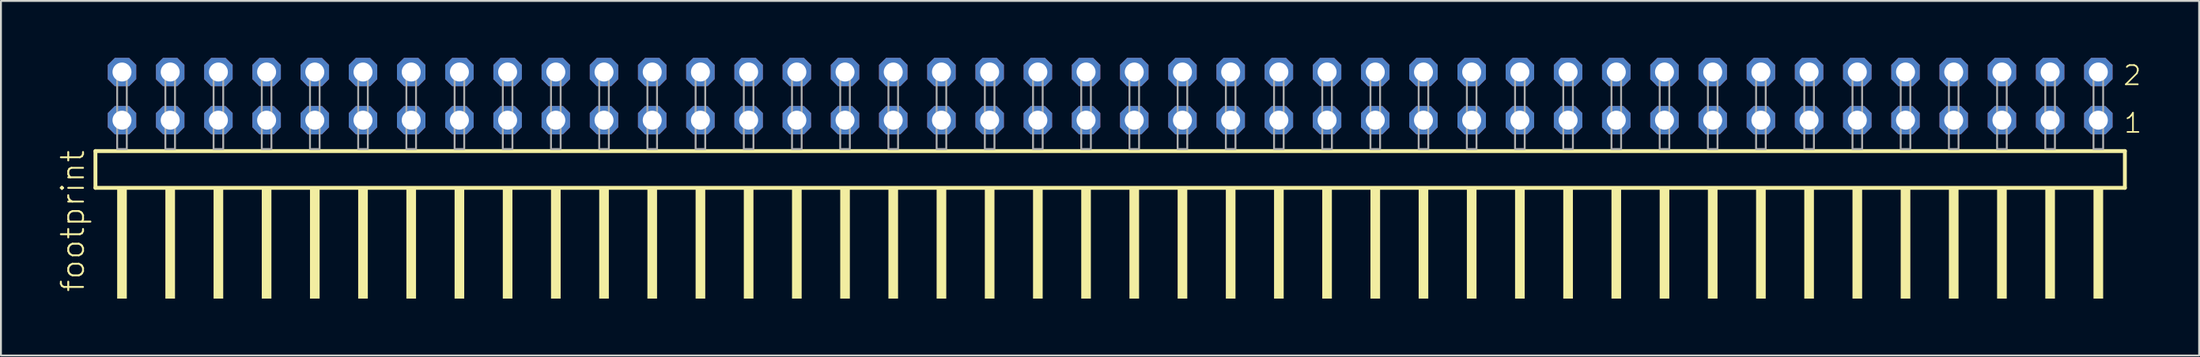
<source format=kicad_pcb>
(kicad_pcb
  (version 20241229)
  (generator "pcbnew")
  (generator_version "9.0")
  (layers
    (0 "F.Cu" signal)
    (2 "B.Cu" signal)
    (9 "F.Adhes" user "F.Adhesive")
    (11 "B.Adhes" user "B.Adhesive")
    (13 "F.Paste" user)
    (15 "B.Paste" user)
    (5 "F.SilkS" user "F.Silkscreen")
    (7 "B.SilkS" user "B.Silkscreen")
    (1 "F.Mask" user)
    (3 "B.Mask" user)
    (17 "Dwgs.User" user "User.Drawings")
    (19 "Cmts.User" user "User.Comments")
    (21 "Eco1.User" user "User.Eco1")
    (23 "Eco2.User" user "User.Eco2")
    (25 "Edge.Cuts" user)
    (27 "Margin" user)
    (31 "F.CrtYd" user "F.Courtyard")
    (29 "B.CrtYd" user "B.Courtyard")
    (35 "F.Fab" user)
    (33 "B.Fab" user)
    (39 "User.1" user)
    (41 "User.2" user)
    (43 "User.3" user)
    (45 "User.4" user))
  (footprint "footprint"
    (layer "F.Cu")
    (at 55.448 4.814)
    (property "Reference" "footprint" (at -53.975 7.62 90) (layer "F.SilkS") (effects (font (size 1.168 1.168) (thickness 0.102)) (justify left bottom)))
    (fp_line (start -53.469 0.106) (end -53.469 2.046) (stroke (width 0.203) (type solid)) (layer "F.SilkS"))
    (fp_line (start -53.469 2.046) (end 53.469 2.046) (stroke (width 0.203) (type solid)) (layer "F.SilkS"))
    (fp_line (start 53.469 0.106) (end -53.469 0.106) (stroke (width 0.203) (type solid)) (layer "F.SilkS"))
    (fp_line (start 53.469 2.046) (end 53.469 0.106) (stroke (width 0.203) (type solid)) (layer "F.SilkS"))
    (fp_poly (pts (xy -52.324 7.89) (xy -51.816 7.89) (xy -51.816 2.04) (xy -52.324 2.04)) (stroke (width 0) (type solid)) (fill yes) (layer "F.SilkS"))
    (fp_poly (pts (xy -49.784 7.89) (xy -49.276 7.89) (xy -49.276 2.04) (xy -49.784 2.04)) (stroke (width 0) (type solid)) (fill yes) (layer "F.SilkS"))
    (fp_poly (pts (xy -47.244 7.89) (xy -46.736 7.89) (xy -46.736 2.04) (xy -47.244 2.04)) (stroke (width 0) (type solid)) (fill yes) (layer "F.SilkS"))
    (fp_poly (pts (xy -44.704 7.89) (xy -44.196 7.89) (xy -44.196 2.04) (xy -44.704 2.04)) (stroke (width 0) (type solid)) (fill yes) (layer "F.SilkS"))
    (fp_poly (pts (xy -42.164 7.89) (xy -41.656 7.89) (xy -41.656 2.04) (xy -42.164 2.04)) (stroke (width 0) (type solid)) (fill yes) (layer "F.SilkS"))
    (fp_poly (pts (xy -39.624 7.89) (xy -39.116 7.89) (xy -39.116 2.04) (xy -39.624 2.04)) (stroke (width 0) (type solid)) (fill yes) (layer "F.SilkS"))
    (fp_poly (pts (xy -37.084 7.89) (xy -36.576 7.89) (xy -36.576 2.04) (xy -37.084 2.04)) (stroke (width 0) (type solid)) (fill yes) (layer "F.SilkS"))
    (fp_poly (pts (xy -34.544 7.89) (xy -34.036 7.89) (xy -34.036 2.04) (xy -34.544 2.04)) (stroke (width 0) (type solid)) (fill yes) (layer "F.SilkS"))
    (fp_poly (pts (xy -32.004 7.89) (xy -31.496 7.89) (xy -31.496 2.04) (xy -32.004 2.04)) (stroke (width 0) (type solid)) (fill yes) (layer "F.SilkS"))
    (fp_poly (pts (xy -29.464 7.89) (xy -28.956 7.89) (xy -28.956 2.04) (xy -29.464 2.04)) (stroke (width 0) (type solid)) (fill yes) (layer "F.SilkS"))
    (fp_poly (pts (xy -26.924 7.89) (xy -26.416 7.89) (xy -26.416 2.04) (xy -26.924 2.04)) (stroke (width 0) (type solid)) (fill yes) (layer "F.SilkS"))
    (fp_poly (pts (xy -24.384 7.89) (xy -23.876 7.89) (xy -23.876 2.04) (xy -24.384 2.04)) (stroke (width 0) (type solid)) (fill yes) (layer "F.SilkS"))
    (fp_poly (pts (xy -21.844 7.89) (xy -21.336 7.89) (xy -21.336 2.04) (xy -21.844 2.04)) (stroke (width 0) (type solid)) (fill yes) (layer "F.SilkS"))
    (fp_poly (pts (xy -19.304 7.89) (xy -18.796 7.89) (xy -18.796 2.04) (xy -19.304 2.04)) (stroke (width 0) (type solid)) (fill yes) (layer "F.SilkS"))
    (fp_poly (pts (xy -16.764 7.89) (xy -16.256 7.89) (xy -16.256 2.04) (xy -16.764 2.04)) (stroke (width 0) (type solid)) (fill yes) (layer "F.SilkS"))
    (fp_poly (pts (xy -14.224 7.89) (xy -13.716 7.89) (xy -13.716 2.04) (xy -14.224 2.04)) (stroke (width 0) (type solid)) (fill yes) (layer "F.SilkS"))
    (fp_poly (pts (xy -11.684 7.89) (xy -11.176 7.89) (xy -11.176 2.04) (xy -11.684 2.04)) (stroke (width 0) (type solid)) (fill yes) (layer "F.SilkS"))
    (fp_poly (pts (xy -9.144 7.89) (xy -8.636 7.89) (xy -8.636 2.04) (xy -9.144 2.04)) (stroke (width 0) (type solid)) (fill yes) (layer "F.SilkS"))
    (fp_poly (pts (xy -6.604 7.89) (xy -6.096 7.89) (xy -6.096 2.04) (xy -6.604 2.04)) (stroke (width 0) (type solid)) (fill yes) (layer "F.SilkS"))
    (fp_poly (pts (xy -4.064 7.89) (xy -3.556 7.89) (xy -3.556 2.04) (xy -4.064 2.04)) (stroke (width 0) (type solid)) (fill yes) (layer "F.SilkS"))
    (fp_poly (pts (xy -1.524 7.89) (xy -1.016 7.89) (xy -1.016 2.04) (xy -1.524 2.04)) (stroke (width 0) (type solid)) (fill yes) (layer "F.SilkS"))
    (fp_poly (pts (xy 1.016 7.89) (xy 1.524 7.89) (xy 1.524 2.04) (xy 1.016 2.04)) (stroke (width 0) (type solid)) (fill yes) (layer "F.SilkS"))
    (fp_poly (pts (xy 3.556 7.89) (xy 4.064 7.89) (xy 4.064 2.04) (xy 3.556 2.04)) (stroke (width 0) (type solid)) (fill yes) (layer "F.SilkS"))
    (fp_poly (pts (xy 6.096 7.89) (xy 6.604 7.89) (xy 6.604 2.04) (xy 6.096 2.04)) (stroke (width 0) (type solid)) (fill yes) (layer "F.SilkS"))
    (fp_poly (pts (xy 8.636 7.89) (xy 9.144 7.89) (xy 9.144 2.04) (xy 8.636 2.04)) (stroke (width 0) (type solid)) (fill yes) (layer "F.SilkS"))
    (fp_poly (pts (xy 11.176 7.89) (xy 11.684 7.89) (xy 11.684 2.04) (xy 11.176 2.04)) (stroke (width 0) (type solid)) (fill yes) (layer "F.SilkS"))
    (fp_poly (pts (xy 13.716 7.89) (xy 14.224 7.89) (xy 14.224 2.04) (xy 13.716 2.04)) (stroke (width 0) (type solid)) (fill yes) (layer "F.SilkS"))
    (fp_poly (pts (xy 16.256 7.89) (xy 16.764 7.89) (xy 16.764 2.04) (xy 16.256 2.04)) (stroke (width 0) (type solid)) (fill yes) (layer "F.SilkS"))
    (fp_poly (pts (xy 18.796 7.89) (xy 19.304 7.89) (xy 19.304 2.04) (xy 18.796 2.04)) (stroke (width 0) (type solid)) (fill yes) (layer "F.SilkS"))
    (fp_poly (pts (xy 21.336 7.89) (xy 21.844 7.89) (xy 21.844 2.04) (xy 21.336 2.04)) (stroke (width 0) (type solid)) (fill yes) (layer "F.SilkS"))
    (fp_poly (pts (xy 23.876 7.89) (xy 24.384 7.89) (xy 24.384 2.04) (xy 23.876 2.04)) (stroke (width 0) (type solid)) (fill yes) (layer "F.SilkS"))
    (fp_poly (pts (xy 26.416 7.89) (xy 26.924 7.89) (xy 26.924 2.04) (xy 26.416 2.04)) (stroke (width 0) (type solid)) (fill yes) (layer "F.SilkS"))
    (fp_poly (pts (xy 28.956 7.89) (xy 29.464 7.89) (xy 29.464 2.04) (xy 28.956 2.04)) (stroke (width 0) (type solid)) (fill yes) (layer "F.SilkS"))
    (fp_poly (pts (xy 31.496 7.89) (xy 32.004 7.89) (xy 32.004 2.04) (xy 31.496 2.04)) (stroke (width 0) (type solid)) (fill yes) (layer "F.SilkS"))
    (fp_poly (pts (xy 34.036 7.89) (xy 34.544 7.89) (xy 34.544 2.04) (xy 34.036 2.04)) (stroke (width 0) (type solid)) (fill yes) (layer "F.SilkS"))
    (fp_poly (pts (xy 36.576 7.89) (xy 37.084 7.89) (xy 37.084 2.04) (xy 36.576 2.04)) (stroke (width 0) (type solid)) (fill yes) (layer "F.SilkS"))
    (fp_poly (pts (xy 39.116 7.89) (xy 39.624 7.89) (xy 39.624 2.04) (xy 39.116 2.04)) (stroke (width 0) (type solid)) (fill yes) (layer "F.SilkS"))
    (fp_poly (pts (xy 41.656 7.89) (xy 42.164 7.89) (xy 42.164 2.04) (xy 41.656 2.04)) (stroke (width 0) (type solid)) (fill yes) (layer "F.SilkS"))
    (fp_poly (pts (xy 44.196 7.89) (xy 44.704 7.89) (xy 44.704 2.04) (xy 44.196 2.04)) (stroke (width 0) (type solid)) (fill yes) (layer "F.SilkS"))
    (fp_poly (pts (xy 46.736 7.89) (xy 47.244 7.89) (xy 47.244 2.04) (xy 46.736 2.04)) (stroke (width 0) (type solid)) (fill yes) (layer "F.SilkS"))
    (fp_poly (pts (xy 49.276 7.89) (xy 49.784 7.89) (xy 49.784 2.04) (xy 49.276 2.04)) (stroke (width 0) (type solid)) (fill yes) (layer "F.SilkS"))
    (fp_poly (pts (xy 51.816 7.89) (xy 52.324 7.89) (xy 52.324 2.04) (xy 51.816 2.04)) (stroke (width 0) (type solid)) (fill yes) (layer "F.SilkS"))
    (fp_poly (pts (xy -52.324 0) (xy -51.816 0) (xy -51.816 -4.318) (xy -52.324 -4.318)) (stroke (width 0.1) (type solid)) (fill no) (layer "F.Fab"))
    (fp_poly (pts (xy -49.784 0) (xy -49.276 0) (xy -49.276 -4.318) (xy -49.784 -4.318)) (stroke (width 0.1) (type solid)) (fill no) (layer "F.Fab"))
    (fp_poly (pts (xy -47.244 0) (xy -46.736 0) (xy -46.736 -4.318) (xy -47.244 -4.318)) (stroke (width 0.1) (type solid)) (fill no) (layer "F.Fab"))
    (fp_poly (pts (xy -44.704 0) (xy -44.196 0) (xy -44.196 -4.318) (xy -44.704 -4.318)) (stroke (width 0.1) (type solid)) (fill no) (layer "F.Fab"))
    (fp_poly (pts (xy -42.164 0) (xy -41.656 0) (xy -41.656 -4.318) (xy -42.164 -4.318)) (stroke (width 0.1) (type solid)) (fill no) (layer "F.Fab"))
    (fp_poly (pts (xy -39.624 0) (xy -39.116 0) (xy -39.116 -4.318) (xy -39.624 -4.318)) (stroke (width 0.1) (type solid)) (fill no) (layer "F.Fab"))
    (fp_poly (pts (xy -37.084 0) (xy -36.576 0) (xy -36.576 -4.318) (xy -37.084 -4.318)) (stroke (width 0.1) (type solid)) (fill no) (layer "F.Fab"))
    (fp_poly (pts (xy -34.544 0) (xy -34.036 0) (xy -34.036 -4.318) (xy -34.544 -4.318)) (stroke (width 0.1) (type solid)) (fill no) (layer "F.Fab"))
    (fp_poly (pts (xy -32.004 0) (xy -31.496 0) (xy -31.496 -4.318) (xy -32.004 -4.318)) (stroke (width 0.1) (type solid)) (fill no) (layer "F.Fab"))
    (fp_poly (pts (xy -29.464 0) (xy -28.956 0) (xy -28.956 -4.318) (xy -29.464 -4.318)) (stroke (width 0.1) (type solid)) (fill no) (layer "F.Fab"))
    (fp_poly (pts (xy -26.924 0) (xy -26.416 0) (xy -26.416 -4.318) (xy -26.924 -4.318)) (stroke (width 0.1) (type solid)) (fill no) (layer "F.Fab"))
    (fp_poly (pts (xy -24.384 0) (xy -23.876 0) (xy -23.876 -4.318) (xy -24.384 -4.318)) (stroke (width 0.1) (type solid)) (fill no) (layer "F.Fab"))
    (fp_poly (pts (xy -21.844 0) (xy -21.336 0) (xy -21.336 -4.318) (xy -21.844 -4.318)) (stroke (width 0.1) (type solid)) (fill no) (layer "F.Fab"))
    (fp_poly (pts (xy -19.304 0) (xy -18.796 0) (xy -18.796 -4.318) (xy -19.304 -4.318)) (stroke (width 0.1) (type solid)) (fill no) (layer "F.Fab"))
    (fp_poly (pts (xy -16.764 0) (xy -16.256 0) (xy -16.256 -4.318) (xy -16.764 -4.318)) (stroke (width 0.1) (type solid)) (fill no) (layer "F.Fab"))
    (fp_poly (pts (xy -14.224 0) (xy -13.716 0) (xy -13.716 -4.318) (xy -14.224 -4.318)) (stroke (width 0.1) (type solid)) (fill no) (layer "F.Fab"))
    (fp_poly (pts (xy -11.684 0) (xy -11.176 0) (xy -11.176 -4.318) (xy -11.684 -4.318)) (stroke (width 0.1) (type solid)) (fill no) (layer "F.Fab"))
    (fp_poly (pts (xy -9.144 0) (xy -8.636 0) (xy -8.636 -4.318) (xy -9.144 -4.318)) (stroke (width 0.1) (type solid)) (fill no) (layer "F.Fab"))
    (fp_poly (pts (xy -6.604 0) (xy -6.096 0) (xy -6.096 -4.318) (xy -6.604 -4.318)) (stroke (width 0.1) (type solid)) (fill no) (layer "F.Fab"))
    (fp_poly (pts (xy -4.064 0) (xy -3.556 0) (xy -3.556 -4.318) (xy -4.064 -4.318)) (stroke (width 0.1) (type solid)) (fill no) (layer "F.Fab"))
    (fp_poly (pts (xy -1.524 0) (xy -1.016 0) (xy -1.016 -4.318) (xy -1.524 -4.318)) (stroke (width 0.1) (type solid)) (fill no) (layer "F.Fab"))
    (fp_poly (pts (xy 1.016 0) (xy 1.524 0) (xy 1.524 -4.318) (xy 1.016 -4.318)) (stroke (width 0.1) (type solid)) (fill no) (layer "F.Fab"))
    (fp_poly (pts (xy 3.556 0) (xy 4.064 0) (xy 4.064 -4.318) (xy 3.556 -4.318)) (stroke (width 0.1) (type solid)) (fill no) (layer "F.Fab"))
    (fp_poly (pts (xy 6.096 0) (xy 6.604 0) (xy 6.604 -4.318) (xy 6.096 -4.318)) (stroke (width 0.1) (type solid)) (fill no) (layer "F.Fab"))
    (fp_poly (pts (xy 8.636 0) (xy 9.144 0) (xy 9.144 -4.318) (xy 8.636 -4.318)) (stroke (width 0.1) (type solid)) (fill no) (layer "F.Fab"))
    (fp_poly (pts (xy 11.176 0) (xy 11.684 0) (xy 11.684 -4.318) (xy 11.176 -4.318)) (stroke (width 0.1) (type solid)) (fill no) (layer "F.Fab"))
    (fp_poly (pts (xy 13.716 0) (xy 14.224 0) (xy 14.224 -4.318) (xy 13.716 -4.318)) (stroke (width 0.1) (type solid)) (fill no) (layer "F.Fab"))
    (fp_poly (pts (xy 16.256 0) (xy 16.764 0) (xy 16.764 -4.318) (xy 16.256 -4.318)) (stroke (width 0.1) (type solid)) (fill no) (layer "F.Fab"))
    (fp_poly (pts (xy 18.796 0) (xy 19.304 0) (xy 19.304 -4.318) (xy 18.796 -4.318)) (stroke (width 0.1) (type solid)) (fill no) (layer "F.Fab"))
    (fp_poly (pts (xy 21.336 0) (xy 21.844 0) (xy 21.844 -4.318) (xy 21.336 -4.318)) (stroke (width 0.1) (type solid)) (fill no) (layer "F.Fab"))
    (fp_poly (pts (xy 23.876 0) (xy 24.384 0) (xy 24.384 -4.318) (xy 23.876 -4.318)) (stroke (width 0.1) (type solid)) (fill no) (layer "F.Fab"))
    (fp_poly (pts (xy 26.416 0) (xy 26.924 0) (xy 26.924 -4.318) (xy 26.416 -4.318)) (stroke (width 0.1) (type solid)) (fill no) (layer "F.Fab"))
    (fp_poly (pts (xy 28.956 0) (xy 29.464 0) (xy 29.464 -4.318) (xy 28.956 -4.318)) (stroke (width 0.1) (type solid)) (fill no) (layer "F.Fab"))
    (fp_poly (pts (xy 31.496 0) (xy 32.004 0) (xy 32.004 -4.318) (xy 31.496 -4.318)) (stroke (width 0.1) (type solid)) (fill no) (layer "F.Fab"))
    (fp_poly (pts (xy 34.036 0) (xy 34.544 0) (xy 34.544 -4.318) (xy 34.036 -4.318)) (stroke (width 0.1) (type solid)) (fill no) (layer "F.Fab"))
    (fp_poly (pts (xy 36.576 0) (xy 37.084 0) (xy 37.084 -4.318) (xy 36.576 -4.318)) (stroke (width 0.1) (type solid)) (fill no) (layer "F.Fab"))
    (fp_poly (pts (xy 39.116 0) (xy 39.624 0) (xy 39.624 -4.318) (xy 39.116 -4.318)) (stroke (width 0.1) (type solid)) (fill no) (layer "F.Fab"))
    (fp_poly (pts (xy 41.656 0) (xy 42.164 0) (xy 42.164 -4.318) (xy 41.656 -4.318)) (stroke (width 0.1) (type solid)) (fill no) (layer "F.Fab"))
    (fp_poly (pts (xy 44.196 0) (xy 44.704 0) (xy 44.704 -4.318) (xy 44.196 -4.318)) (stroke (width 0.1) (type solid)) (fill no) (layer "F.Fab"))
    (fp_poly (pts (xy 46.736 0) (xy 47.244 0) (xy 47.244 -4.318) (xy 46.736 -4.318)) (stroke (width 0.1) (type solid)) (fill no) (layer "F.Fab"))
    (fp_poly (pts (xy 49.276 0) (xy 49.784 0) (xy 49.784 -4.318) (xy 49.276 -4.318)) (stroke (width 0.1) (type solid)) (fill no) (layer "F.Fab"))
    (fp_poly (pts (xy 51.816 0) (xy 52.324 0) (xy 52.324 -4.318) (xy 51.816 -4.318)) (stroke (width 0.1) (type solid)) (fill no) (layer "F.Fab"))
    (fp_text user "2" (at 53.32 -3.29 0) (layer "F.SilkS") (effects (font (size 1.012 1.012) (thickness 0.088)) (justify left bottom)))
    (fp_text user "1" (at 53.355 -0.775 0) (layer "F.SilkS") (effects (font (size 1.012 1.012) (thickness 0.088)) (justify left bottom)))
    (pad "1" thru_hole roundrect (at 52.07 -1.524 180) (size 1.5 1.5) (drill 1) (layers "*.Cu" "*.Mask") (roundrect_rratio 0.25) (chamfer_ratio 0.25) (chamfer top_left top_right bottom_left bottom_right))
    (pad "2" thru_hole roundrect (at 52.07 -4.064 180) (size 1.5 1.5) (drill 1) (layers "*.Cu" "*.Mask") (roundrect_rratio 0.25) (chamfer_ratio 0.25) (chamfer top_left top_right bottom_left bottom_right))
    (pad "3" thru_hole roundrect (at 49.53 -1.524 180) (size 1.5 1.5) (drill 1) (layers "*.Cu" "*.Mask") (roundrect_rratio 0.25) (chamfer_ratio 0.25) (chamfer top_left top_right bottom_left bottom_right))
    (pad "4" thru_hole roundrect (at 49.53 -4.064 180) (size 1.5 1.5) (drill 1) (layers "*.Cu" "*.Mask") (roundrect_rratio 0.25) (chamfer_ratio 0.25) (chamfer top_left top_right bottom_left bottom_right))
    (pad "5" thru_hole roundrect (at 46.99 -1.524 180) (size 1.5 1.5) (drill 1) (layers "*.Cu" "*.Mask") (roundrect_rratio 0.25) (chamfer_ratio 0.25) (chamfer top_left top_right bottom_left bottom_right))
    (pad "6" thru_hole roundrect (at 46.99 -4.064 180) (size 1.5 1.5) (drill 1) (layers "*.Cu" "*.Mask") (roundrect_rratio 0.25) (chamfer_ratio 0.25) (chamfer top_left top_right bottom_left bottom_right))
    (pad "7" thru_hole roundrect (at 44.45 -1.524 180) (size 1.5 1.5) (drill 1) (layers "*.Cu" "*.Mask") (roundrect_rratio 0.25) (chamfer_ratio 0.25) (chamfer top_left top_right bottom_left bottom_right))
    (pad "8" thru_hole roundrect (at 44.45 -4.064 180) (size 1.5 1.5) (drill 1) (layers "*.Cu" "*.Mask") (roundrect_rratio 0.25) (chamfer_ratio 0.25) (chamfer top_left top_right bottom_left bottom_right))
    (pad "9" thru_hole roundrect (at 41.91 -1.524 180) (size 1.5 1.5) (drill 1) (layers "*.Cu" "*.Mask") (roundrect_rratio 0.25) (chamfer_ratio 0.25) (chamfer top_left top_right bottom_left bottom_right))
    (pad "10" thru_hole roundrect (at 41.91 -4.064 180) (size 1.5 1.5) (drill 1) (layers "*.Cu" "*.Mask") (roundrect_rratio 0.25) (chamfer_ratio 0.25) (chamfer top_left top_right bottom_left bottom_right))
    (pad "11" thru_hole roundrect (at 39.37 -1.524 180) (size 1.5 1.5) (drill 1) (layers "*.Cu" "*.Mask") (roundrect_rratio 0.25) (chamfer_ratio 0.25) (chamfer top_left top_right bottom_left bottom_right))
    (pad "12" thru_hole roundrect (at 39.37 -4.064 180) (size 1.5 1.5) (drill 1) (layers "*.Cu" "*.Mask") (roundrect_rratio 0.25) (chamfer_ratio 0.25) (chamfer top_left top_right bottom_left bottom_right))
    (pad "13" thru_hole roundrect (at 36.83 -1.524 180) (size 1.5 1.5) (drill 1) (layers "*.Cu" "*.Mask") (roundrect_rratio 0.25) (chamfer_ratio 0.25) (chamfer top_left top_right bottom_left bottom_right))
    (pad "14" thru_hole roundrect (at 36.83 -4.064 180) (size 1.5 1.5) (drill 1) (layers "*.Cu" "*.Mask") (roundrect_rratio 0.25) (chamfer_ratio 0.25) (chamfer top_left top_right bottom_left bottom_right))
    (pad "15" thru_hole roundrect (at 34.29 -1.524 180) (size 1.5 1.5) (drill 1) (layers "*.Cu" "*.Mask") (roundrect_rratio 0.25) (chamfer_ratio 0.25) (chamfer top_left top_right bottom_left bottom_right))
    (pad "16" thru_hole roundrect (at 34.29 -4.064 180) (size 1.5 1.5) (drill 1) (layers "*.Cu" "*.Mask") (roundrect_rratio 0.25) (chamfer_ratio 0.25) (chamfer top_left top_right bottom_left bottom_right))
    (pad "17" thru_hole roundrect (at 31.75 -1.524 180) (size 1.5 1.5) (drill 1) (layers "*.Cu" "*.Mask") (roundrect_rratio 0.25) (chamfer_ratio 0.25) (chamfer top_left top_right bottom_left bottom_right))
    (pad "18" thru_hole roundrect (at 31.75 -4.064 180) (size 1.5 1.5) (drill 1) (layers "*.Cu" "*.Mask") (roundrect_rratio 0.25) (chamfer_ratio 0.25) (chamfer top_left top_right bottom_left bottom_right))
    (pad "19" thru_hole roundrect (at 29.21 -1.524 180) (size 1.5 1.5) (drill 1) (layers "*.Cu" "*.Mask") (roundrect_rratio 0.25) (chamfer_ratio 0.25) (chamfer top_left top_right bottom_left bottom_right))
    (pad "20" thru_hole roundrect (at 29.21 -4.064 180) (size 1.5 1.5) (drill 1) (layers "*.Cu" "*.Mask") (roundrect_rratio 0.25) (chamfer_ratio 0.25) (chamfer top_left top_right bottom_left bottom_right))
    (pad "21" thru_hole roundrect (at 26.67 -1.524 180) (size 1.5 1.5) (drill 1) (layers "*.Cu" "*.Mask") (roundrect_rratio 0.25) (chamfer_ratio 0.25) (chamfer top_left top_right bottom_left bottom_right))
    (pad "22" thru_hole roundrect (at 26.67 -4.064 180) (size 1.5 1.5) (drill 1) (layers "*.Cu" "*.Mask") (roundrect_rratio 0.25) (chamfer_ratio 0.25) (chamfer top_left top_right bottom_left bottom_right))
    (pad "23" thru_hole roundrect (at 24.13 -1.524 180) (size 1.5 1.5) (drill 1) (layers "*.Cu" "*.Mask") (roundrect_rratio 0.25) (chamfer_ratio 0.25) (chamfer top_left top_right bottom_left bottom_right))
    (pad "24" thru_hole roundrect (at 24.13 -4.064 180) (size 1.5 1.5) (drill 1) (layers "*.Cu" "*.Mask") (roundrect_rratio 0.25) (chamfer_ratio 0.25) (chamfer top_left top_right bottom_left bottom_right))
    (pad "25" thru_hole roundrect (at 21.59 -1.524 180) (size 1.5 1.5) (drill 1) (layers "*.Cu" "*.Mask") (roundrect_rratio 0.25) (chamfer_ratio 0.25) (chamfer top_left top_right bottom_left bottom_right))
    (pad "26" thru_hole roundrect (at 21.59 -4.064 180) (size 1.5 1.5) (drill 1) (layers "*.Cu" "*.Mask") (roundrect_rratio 0.25) (chamfer_ratio 0.25) (chamfer top_left top_right bottom_left bottom_right))
    (pad "27" thru_hole roundrect (at 19.05 -1.524 180) (size 1.5 1.5) (drill 1) (layers "*.Cu" "*.Mask") (roundrect_rratio 0.25) (chamfer_ratio 0.25) (chamfer top_left top_right bottom_left bottom_right))
    (pad "28" thru_hole roundrect (at 19.05 -4.064 180) (size 1.5 1.5) (drill 1) (layers "*.Cu" "*.Mask") (roundrect_rratio 0.25) (chamfer_ratio 0.25) (chamfer top_left top_right bottom_left bottom_right))
    (pad "29" thru_hole roundrect (at 16.51 -1.524 180) (size 1.5 1.5) (drill 1) (layers "*.Cu" "*.Mask") (roundrect_rratio 0.25) (chamfer_ratio 0.25) (chamfer top_left top_right bottom_left bottom_right))
    (pad "30" thru_hole roundrect (at 16.51 -4.064 180) (size 1.5 1.5) (drill 1) (layers "*.Cu" "*.Mask") (roundrect_rratio 0.25) (chamfer_ratio 0.25) (chamfer top_left top_right bottom_left bottom_right))
    (pad "31" thru_hole roundrect (at 13.97 -1.524 180) (size 1.5 1.5) (drill 1) (layers "*.Cu" "*.Mask") (roundrect_rratio 0.25) (chamfer_ratio 0.25) (chamfer top_left top_right bottom_left bottom_right))
    (pad "32" thru_hole roundrect (at 13.97 -4.064 180) (size 1.5 1.5) (drill 1) (layers "*.Cu" "*.Mask") (roundrect_rratio 0.25) (chamfer_ratio 0.25) (chamfer top_left top_right bottom_left bottom_right))
    (pad "33" thru_hole roundrect (at 11.43 -1.524 180) (size 1.5 1.5) (drill 1) (layers "*.Cu" "*.Mask") (roundrect_rratio 0.25) (chamfer_ratio 0.25) (chamfer top_left top_right bottom_left bottom_right))
    (pad "34" thru_hole roundrect (at 11.43 -4.064 180) (size 1.5 1.5) (drill 1) (layers "*.Cu" "*.Mask") (roundrect_rratio 0.25) (chamfer_ratio 0.25) (chamfer top_left top_right bottom_left bottom_right))
    (pad "35" thru_hole roundrect (at 8.89 -1.524 180) (size 1.5 1.5) (drill 1) (layers "*.Cu" "*.Mask") (roundrect_rratio 0.25) (chamfer_ratio 0.25) (chamfer top_left top_right bottom_left bottom_right))
    (pad "36" thru_hole roundrect (at 8.89 -4.064 180) (size 1.5 1.5) (drill 1) (layers "*.Cu" "*.Mask") (roundrect_rratio 0.25) (chamfer_ratio 0.25) (chamfer top_left top_right bottom_left bottom_right))
    (pad "37" thru_hole roundrect (at 6.35 -1.524 180) (size 1.5 1.5) (drill 1) (layers "*.Cu" "*.Mask") (roundrect_rratio 0.25) (chamfer_ratio 0.25) (chamfer top_left top_right bottom_left bottom_right))
    (pad "38" thru_hole roundrect (at 6.35 -4.064 180) (size 1.5 1.5) (drill 1) (layers "*.Cu" "*.Mask") (roundrect_rratio 0.25) (chamfer_ratio 0.25) (chamfer top_left top_right bottom_left bottom_right))
    (pad "39" thru_hole roundrect (at 3.81 -1.524 180) (size 1.5 1.5) (drill 1) (layers "*.Cu" "*.Mask") (roundrect_rratio 0.25) (chamfer_ratio 0.25) (chamfer top_left top_right bottom_left bottom_right))
    (pad "40" thru_hole roundrect (at 3.81 -4.064 180) (size 1.5 1.5) (drill 1) (layers "*.Cu" "*.Mask") (roundrect_rratio 0.25) (chamfer_ratio 0.25) (chamfer top_left top_right bottom_left bottom_right))
    (pad "41" thru_hole roundrect (at 1.27 -1.524 180) (size 1.5 1.5) (drill 1) (layers "*.Cu" "*.Mask") (roundrect_rratio 0.25) (chamfer_ratio 0.25) (chamfer top_left top_right bottom_left bottom_right))
    (pad "42" thru_hole roundrect (at 1.27 -4.064 180) (size 1.5 1.5) (drill 1) (layers "*.Cu" "*.Mask") (roundrect_rratio 0.25) (chamfer_ratio 0.25) (chamfer top_left top_right bottom_left bottom_right))
    (pad "43" thru_hole roundrect (at -1.27 -1.524 180) (size 1.5 1.5) (drill 1) (layers "*.Cu" "*.Mask") (roundrect_rratio 0.25) (chamfer_ratio 0.25) (chamfer top_left top_right bottom_left bottom_right))
    (pad "44" thru_hole roundrect (at -1.27 -4.064 180) (size 1.5 1.5) (drill 1) (layers "*.Cu" "*.Mask") (roundrect_rratio 0.25) (chamfer_ratio 0.25) (chamfer top_left top_right bottom_left bottom_right))
    (pad "45" thru_hole roundrect (at -3.81 -1.524 180) (size 1.5 1.5) (drill 1) (layers "*.Cu" "*.Mask") (roundrect_rratio 0.25) (chamfer_ratio 0.25) (chamfer top_left top_right bottom_left bottom_right))
    (pad "46" thru_hole roundrect (at -3.81 -4.064 180) (size 1.5 1.5) (drill 1) (layers "*.Cu" "*.Mask") (roundrect_rratio 0.25) (chamfer_ratio 0.25) (chamfer top_left top_right bottom_left bottom_right))
    (pad "47" thru_hole roundrect (at -6.35 -1.524 180) (size 1.5 1.5) (drill 1) (layers "*.Cu" "*.Mask") (roundrect_rratio 0.25) (chamfer_ratio 0.25) (chamfer top_left top_right bottom_left bottom_right))
    (pad "48" thru_hole roundrect (at -6.35 -4.064 180) (size 1.5 1.5) (drill 1) (layers "*.Cu" "*.Mask") (roundrect_rratio 0.25) (chamfer_ratio 0.25) (chamfer top_left top_right bottom_left bottom_right))
    (pad "49" thru_hole roundrect (at -8.89 -1.524 180) (size 1.5 1.5) (drill 1) (layers "*.Cu" "*.Mask") (roundrect_rratio 0.25) (chamfer_ratio 0.25) (chamfer top_left top_right bottom_left bottom_right))
    (pad "50" thru_hole roundrect (at -8.89 -4.064 180) (size 1.5 1.5) (drill 1) (layers "*.Cu" "*.Mask") (roundrect_rratio 0.25) (chamfer_ratio 0.25) (chamfer top_left top_right bottom_left bottom_right))
    (pad "51" thru_hole roundrect (at -11.43 -1.524 180) (size 1.5 1.5) (drill 1) (layers "*.Cu" "*.Mask") (roundrect_rratio 0.25) (chamfer_ratio 0.25) (chamfer top_left top_right bottom_left bottom_right))
    (pad "52" thru_hole roundrect (at -11.43 -4.064 180) (size 1.5 1.5) (drill 1) (layers "*.Cu" "*.Mask") (roundrect_rratio 0.25) (chamfer_ratio 0.25) (chamfer top_left top_right bottom_left bottom_right))
    (pad "53" thru_hole roundrect (at -13.97 -1.524 180) (size 1.5 1.5) (drill 1) (layers "*.Cu" "*.Mask") (roundrect_rratio 0.25) (chamfer_ratio 0.25) (chamfer top_left top_right bottom_left bottom_right))
    (pad "54" thru_hole roundrect (at -13.97 -4.064 180) (size 1.5 1.5) (drill 1) (layers "*.Cu" "*.Mask") (roundrect_rratio 0.25) (chamfer_ratio 0.25) (chamfer top_left top_right bottom_left bottom_right))
    (pad "55" thru_hole roundrect (at -16.51 -1.524 180) (size 1.5 1.5) (drill 1) (layers "*.Cu" "*.Mask") (roundrect_rratio 0.25) (chamfer_ratio 0.25) (chamfer top_left top_right bottom_left bottom_right))
    (pad "56" thru_hole roundrect (at -16.51 -4.064 180) (size 1.5 1.5) (drill 1) (layers "*.Cu" "*.Mask") (roundrect_rratio 0.25) (chamfer_ratio 0.25) (chamfer top_left top_right bottom_left bottom_right))
    (pad "57" thru_hole roundrect (at -19.05 -1.524 180) (size 1.5 1.5) (drill 1) (layers "*.Cu" "*.Mask") (roundrect_rratio 0.25) (chamfer_ratio 0.25) (chamfer top_left top_right bottom_left bottom_right))
    (pad "58" thru_hole roundrect (at -19.05 -4.064 180) (size 1.5 1.5) (drill 1) (layers "*.Cu" "*.Mask") (roundrect_rratio 0.25) (chamfer_ratio 0.25) (chamfer top_left top_right bottom_left bottom_right))
    (pad "59" thru_hole roundrect (at -21.59 -1.524 180) (size 1.5 1.5) (drill 1) (layers "*.Cu" "*.Mask") (roundrect_rratio 0.25) (chamfer_ratio 0.25) (chamfer top_left top_right bottom_left bottom_right))
    (pad "60" thru_hole roundrect (at -21.59 -4.064 180) (size 1.5 1.5) (drill 1) (layers "*.Cu" "*.Mask") (roundrect_rratio 0.25) (chamfer_ratio 0.25) (chamfer top_left top_right bottom_left bottom_right))
    (pad "61" thru_hole roundrect (at -24.13 -1.524 180) (size 1.5 1.5) (drill 1) (layers "*.Cu" "*.Mask") (roundrect_rratio 0.25) (chamfer_ratio 0.25) (chamfer top_left top_right bottom_left bottom_right))
    (pad "62" thru_hole roundrect (at -24.13 -4.064 180) (size 1.5 1.5) (drill 1) (layers "*.Cu" "*.Mask") (roundrect_rratio 0.25) (chamfer_ratio 0.25) (chamfer top_left top_right bottom_left bottom_right))
    (pad "63" thru_hole roundrect (at -26.67 -1.524 180) (size 1.5 1.5) (drill 1) (layers "*.Cu" "*.Mask") (roundrect_rratio 0.25) (chamfer_ratio 0.25) (chamfer top_left top_right bottom_left bottom_right))
    (pad "64" thru_hole roundrect (at -26.67 -4.064 180) (size 1.5 1.5) (drill 1) (layers "*.Cu" "*.Mask") (roundrect_rratio 0.25) (chamfer_ratio 0.25) (chamfer top_left top_right bottom_left bottom_right))
    (pad "65" thru_hole roundrect (at -29.21 -1.524 180) (size 1.5 1.5) (drill 1) (layers "*.Cu" "*.Mask") (roundrect_rratio 0.25) (chamfer_ratio 0.25) (chamfer top_left top_right bottom_left bottom_right))
    (pad "66" thru_hole roundrect (at -29.21 -4.064 180) (size 1.5 1.5) (drill 1) (layers "*.Cu" "*.Mask") (roundrect_rratio 0.25) (chamfer_ratio 0.25) (chamfer top_left top_right bottom_left bottom_right))
    (pad "67" thru_hole roundrect (at -31.75 -1.524 180) (size 1.5 1.5) (drill 1) (layers "*.Cu" "*.Mask") (roundrect_rratio 0.25) (chamfer_ratio 0.25) (chamfer top_left top_right bottom_left bottom_right))
    (pad "68" thru_hole roundrect (at -31.75 -4.064 180) (size 1.5 1.5) (drill 1) (layers "*.Cu" "*.Mask") (roundrect_rratio 0.25) (chamfer_ratio 0.25) (chamfer top_left top_right bottom_left bottom_right))
    (pad "69" thru_hole roundrect (at -34.29 -1.524 180) (size 1.5 1.5) (drill 1) (layers "*.Cu" "*.Mask") (roundrect_rratio 0.25) (chamfer_ratio 0.25) (chamfer top_left top_right bottom_left bottom_right))
    (pad "70" thru_hole roundrect (at -34.29 -4.064 180) (size 1.5 1.5) (drill 1) (layers "*.Cu" "*.Mask") (roundrect_rratio 0.25) (chamfer_ratio 0.25) (chamfer top_left top_right bottom_left bottom_right))
    (pad "71" thru_hole roundrect (at -36.83 -1.524 180) (size 1.5 1.5) (drill 1) (layers "*.Cu" "*.Mask") (roundrect_rratio 0.25) (chamfer_ratio 0.25) (chamfer top_left top_right bottom_left bottom_right))
    (pad "72" thru_hole roundrect (at -36.83 -4.064 180) (size 1.5 1.5) (drill 1) (layers "*.Cu" "*.Mask") (roundrect_rratio 0.25) (chamfer_ratio 0.25) (chamfer top_left top_right bottom_left bottom_right))
    (pad "73" thru_hole roundrect (at -39.37 -1.524 180) (size 1.5 1.5) (drill 1) (layers "*.Cu" "*.Mask") (roundrect_rratio 0.25) (chamfer_ratio 0.25) (chamfer top_left top_right bottom_left bottom_right))
    (pad "74" thru_hole roundrect (at -39.37 -4.064 180) (size 1.5 1.5) (drill 1) (layers "*.Cu" "*.Mask") (roundrect_rratio 0.25) (chamfer_ratio 0.25) (chamfer top_left top_right bottom_left bottom_right))
    (pad "75" thru_hole roundrect (at -41.91 -1.524 180) (size 1.5 1.5) (drill 1) (layers "*.Cu" "*.Mask") (roundrect_rratio 0.25) (chamfer_ratio 0.25) (chamfer top_left top_right bottom_left bottom_right))
    (pad "76" thru_hole roundrect (at -41.91 -4.064 180) (size 1.5 1.5) (drill 1) (layers "*.Cu" "*.Mask") (roundrect_rratio 0.25) (chamfer_ratio 0.25) (chamfer top_left top_right bottom_left bottom_right))
    (pad "77" thru_hole roundrect (at -44.45 -1.524 180) (size 1.5 1.5) (drill 1) (layers "*.Cu" "*.Mask") (roundrect_rratio 0.25) (chamfer_ratio 0.25) (chamfer top_left top_right bottom_left bottom_right))
    (pad "78" thru_hole roundrect (at -44.45 -4.064 180) (size 1.5 1.5) (drill 1) (layers "*.Cu" "*.Mask") (roundrect_rratio 0.25) (chamfer_ratio 0.25) (chamfer top_left top_right bottom_left bottom_right))
    (pad "79" thru_hole roundrect (at -46.99 -1.524 180) (size 1.5 1.5) (drill 1) (layers "*.Cu" "*.Mask") (roundrect_rratio 0.25) (chamfer_ratio 0.25) (chamfer top_left top_right bottom_left bottom_right))
    (pad "80" thru_hole roundrect (at -46.99 -4.064 180) (size 1.5 1.5) (drill 1) (layers "*.Cu" "*.Mask") (roundrect_rratio 0.25) (chamfer_ratio 0.25) (chamfer top_left top_right bottom_left bottom_right))
    (pad "81" thru_hole roundrect (at -49.53 -1.524 180) (size 1.5 1.5) (drill 1) (layers "*.Cu" "*.Mask") (roundrect_rratio 0.25) (chamfer_ratio 0.25) (chamfer top_left top_right bottom_left bottom_right))
    (pad "82" thru_hole roundrect (at -49.53 -4.064 180) (size 1.5 1.5) (drill 1) (layers "*.Cu" "*.Mask") (roundrect_rratio 0.25) (chamfer_ratio 0.25) (chamfer top_left top_right bottom_left bottom_right))
    (pad "83" thru_hole roundrect (at -52.07 -1.524 180) (size 1.5 1.5) (drill 1) (layers "*.Cu" "*.Mask") (roundrect_rratio 0.25) (chamfer_ratio 0.25) (chamfer top_left top_right bottom_left bottom_right))
    (pad "84" thru_hole roundrect (at -52.07 -4.064 180) (size 1.5 1.5) (drill 1) (layers "*.Cu" "*.Mask") (roundrect_rratio 0.25) (chamfer_ratio 0.25) (chamfer top_left top_right bottom_left bottom_right)))
  (gr_rect
    (start -3 -3)
    (end 112.829 15.704)
    (stroke (width 0.1) (type default))
    (fill no)
    (layer "Edge.Cuts")))
</source>
